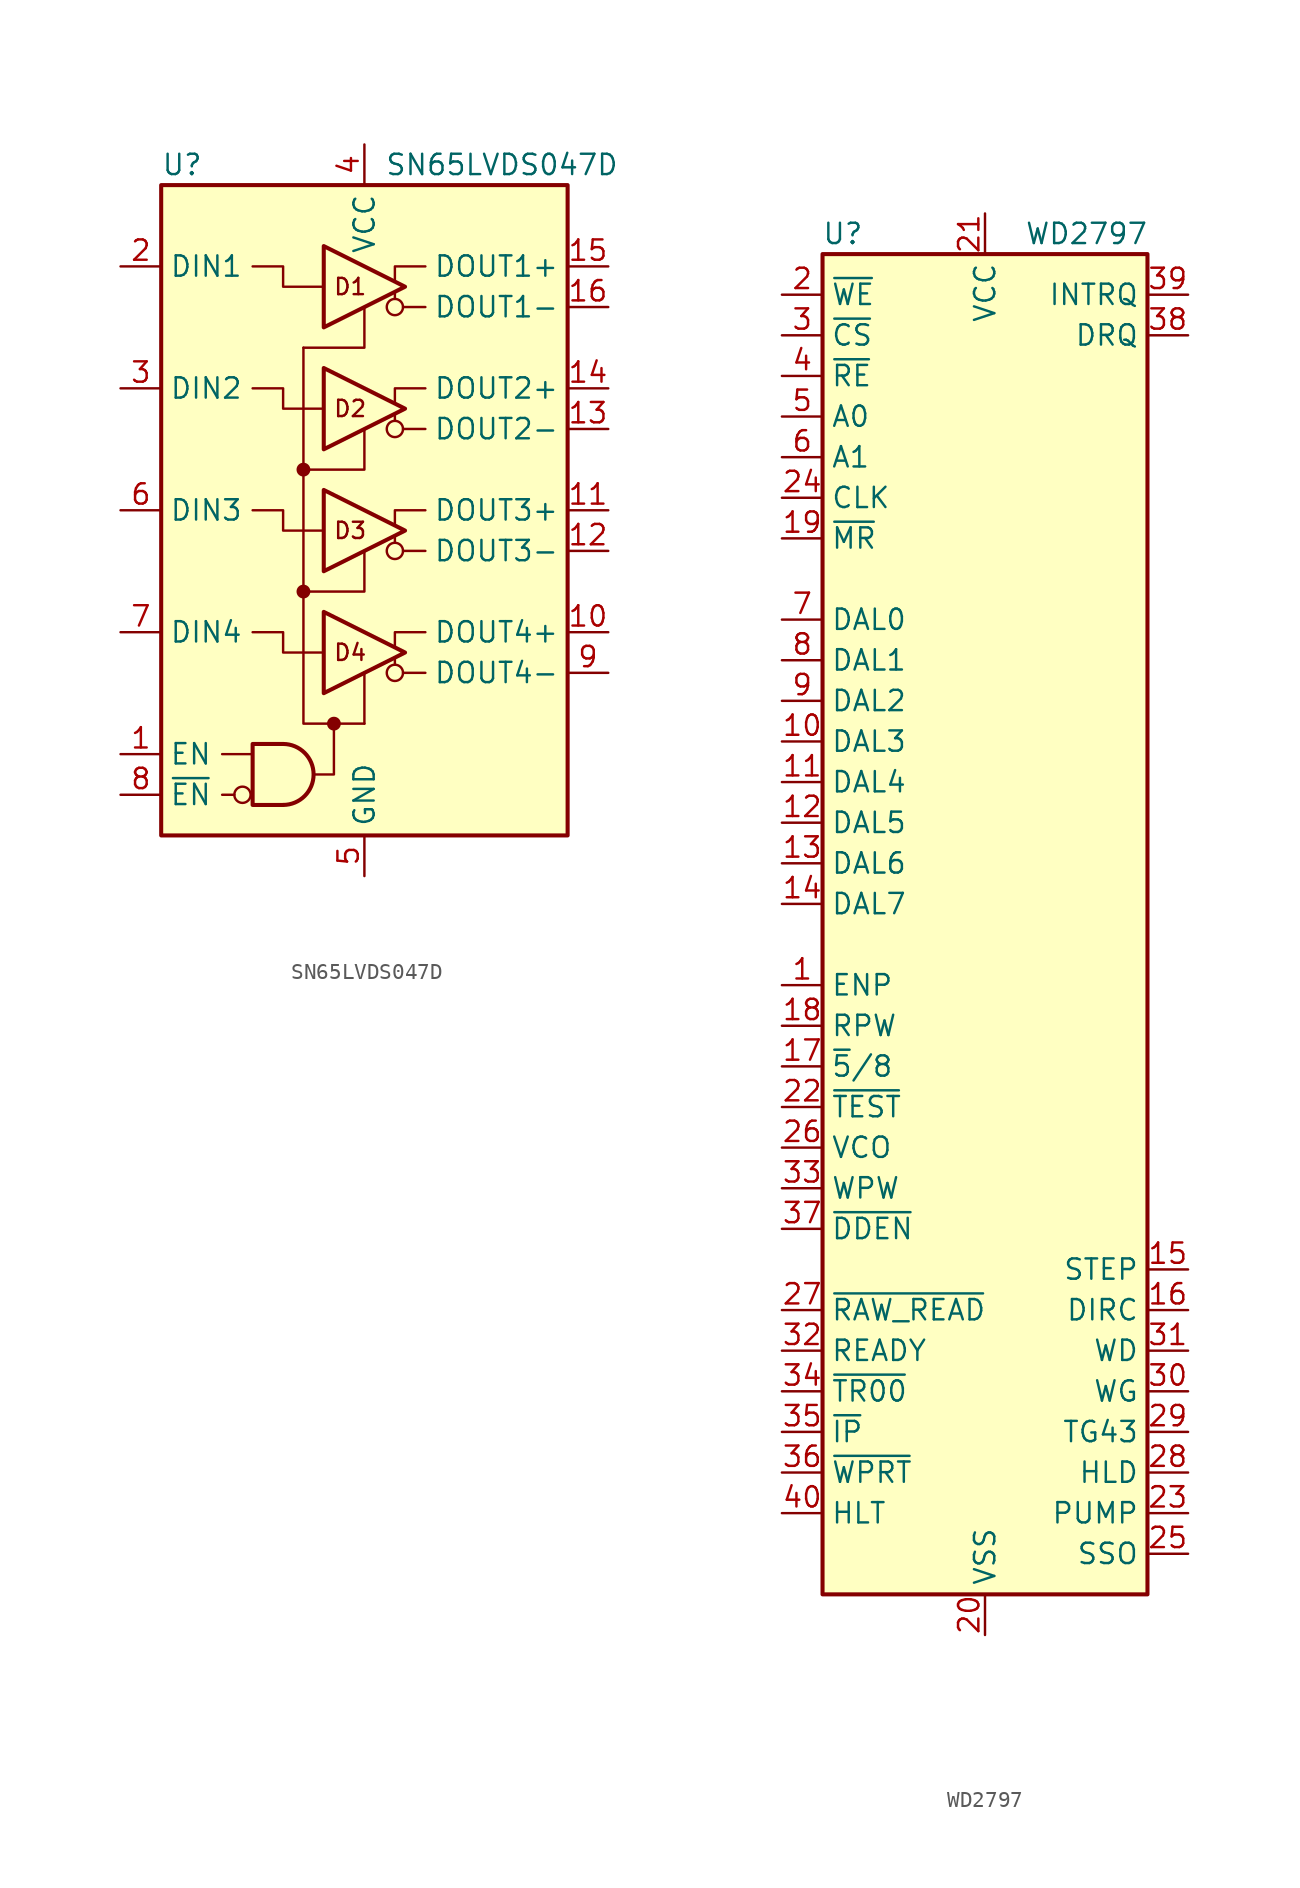
<source format=kicad_sym>
(kicad_symbol_lib
  (version 20201005)
  (generator kicad_symbol_editor)
  (symbol "SN65LVDS047D"
    (property "Reference" "U"
      (at -12.7 21.59 0)
      (effects (font (size 1.27 1.27)) (justify left)))
    (property "Value" "SN65LVDS047D"
      (at 1.27 21.59 0)
      (effects (font (size 1.27 1.27)) (justify left)))
    (symbol "SN65LVDS047D_0_1"
      (polyline (pts (xy 1.905 -9.652) (xy 1.905 -9.271)) (stroke (width 0)) (fill (type none)))
      (polyline (pts (xy 1.905 -2.032) (xy 1.905 -1.651)) (stroke (width 0)) (fill (type none)))
      (polyline (pts (xy 1.905 5.588) (xy 1.905 5.969)) (stroke (width 0)) (fill (type none)))
      (polyline (pts (xy 1.905 13.208) (xy 1.905 13.589)) (stroke (width 0)) (fill (type none)))
      (polyline (pts (xy 0 12.7) (xy 0 10.16) (xy -3.81 10.16)) (stroke (width 0)) (fill (type none)))
      (polyline (pts (xy 3.81 0) (xy 1.905 0) (xy 1.905 -0.889)) (stroke (width 0)) (fill (type none)))
      (polyline (pts (xy -1.905 -13.335) (xy -1.905 -16.51) (xy -2.54 -16.51) (xy -3.175 -16.51)) (stroke (width 0)) (fill (type none)))
      (polyline (pts (xy 0 -13.335) (xy -2.54 -13.335) (xy -3.81 -13.335) (xy -3.81 10.16)) (stroke (width 0)) (fill (type none))))
    (symbol "SN65LVDS047D_1_0"
      (circle (center -7.62 -17.78) (radius 0.508) (stroke (width 0)) (fill (type none)))
      (circle (center 1.905 -10.16) (radius 0.508) (stroke (width 0)) (fill (type none)))
      (circle (center 1.905 -2.54) (radius 0.508) (stroke (width 0)) (fill (type none)))
      (circle (center 1.905 5.08) (radius 0.508) (stroke (width 0)) (fill (type none)))
      (circle (center 1.905 12.7) (radius 0.508) (stroke (width 0)) (fill (type none)))
      (circle (center -3.81 -5.08) (radius 0.356) (stroke (width 0)) (fill (type outline)))
      (circle (center -3.81 2.54) (radius 0.356) (stroke (width 0)) (fill (type outline)))
      (circle (center -1.905 -13.335) (radius 0.356) (stroke (width 0)) (fill (type outline)))
      (text "D1" (at -0.889 13.97 0) (effects (font (size 1.016 1.016))))
      (text "D2" (at -0.889 6.35 0) (effects (font (size 1.016 1.016))))
      (text "D3" (at -0.889 -1.27 0) (effects (font (size 1.016 1.016))))
      (text "D4" (at -0.889 -8.89 0) (effects (font (size 1.016 1.016))))
      (rectangle (start -12.7 20.32) (end 12.7 -20.32) (stroke (width 0.254)) (fill (type background)))
      (polyline (pts (xy 0 -13.335) (xy 0 -10.16)) (stroke (width 0)) (fill (type none)))
      (polyline (pts (xy 3.81 -10.16) (xy 2.413 -10.16)) (stroke (width 0)) (fill (type none)))
      (polyline (pts (xy 3.81 -2.54) (xy 2.413 -2.54)) (stroke (width 0)) (fill (type none)))
      (polyline (pts (xy 3.81 5.08) (xy 2.413 5.08)) (stroke (width 0)) (fill (type none)))
      (polyline (pts (xy 3.81 12.7) (xy 2.413 12.7)) (stroke (width 0)) (fill (type none)))
      (polyline (pts (xy -3.81 -5.08) (xy 0 -5.08) (xy 0 -2.54)) (stroke (width 0)) (fill (type none)))
      (polyline (pts (xy -3.81 2.54) (xy 0 2.54) (xy 0 5.08)) (stroke (width 0)) (fill (type none)))
      (polyline (pts (xy 1.905 -8.509) (xy 1.905 -7.62) (xy 3.81 -7.62)) (stroke (width 0)) (fill (type none)))
      (polyline (pts (xy 1.905 6.731) (xy 1.905 7.62) (xy 3.81 7.62)) (stroke (width 0)) (fill (type none)))
      (polyline (pts (xy 1.905 14.351) (xy 1.905 15.24) (xy 3.81 15.24)) (stroke (width 0)) (fill (type none)))
      (polyline (pts (xy -2.54 -8.89) (xy -5.08 -8.89) (xy -5.08 -7.62) (xy -6.985 -7.62)) (stroke (width 0)) (fill (type none)))
      (polyline (pts (xy -2.54 -1.27) (xy -5.08 -1.27) (xy -5.08 0) (xy -6.985 0)) (stroke (width 0)) (fill (type none)))
      (polyline (pts (xy -2.54 6.35) (xy -5.08 6.35) (xy -5.08 7.62) (xy -6.985 7.62)) (stroke (width 0)) (fill (type none)))
      (polyline (pts (xy -2.54 13.97) (xy -5.08 13.97) (xy -5.08 15.24) (xy -6.985 15.24)) (stroke (width 0)) (fill (type none))))
    (symbol "SN65LVDS047D_1_1"
      (arc (start -5.08 -18.415) (end -5.08 -14.605) (radius (at -5.08 -16.51) (length 1.905) (angles -89.9 89.9)) (stroke (width 0.254)) (fill (type none)))
      (polyline (pts (xy -8.89 -17.78) (xy -8.128 -17.78)) (stroke (width 0)) (fill (type none)))
      (polyline (pts (xy -8.89 -15.24) (xy -6.985 -15.24)) (stroke (width 0)) (fill (type none)))
      (polyline (pts (xy -5.08 -14.605) (xy -6.985 -14.605) (xy -6.985 -18.415) (xy -5.08 -18.415)) (stroke (width 0.254)) (fill (type none)))
      (polyline (pts (xy -2.54 -6.35) (xy -2.54 -11.43) (xy 2.54 -8.89) (xy -2.54 -6.35)) (stroke (width 0.254)) (fill (type none)))
      (polyline (pts (xy -2.54 1.27) (xy -2.54 -3.81) (xy 2.54 -1.27) (xy -2.54 1.27)) (stroke (width 0.254)) (fill (type none)))
      (polyline (pts (xy -2.54 8.89) (xy -2.54 3.81) (xy 2.54 6.35) (xy -2.54 8.89)) (stroke (width 0.254)) (fill (type none)))
      (polyline (pts (xy -2.54 16.51) (xy -2.54 11.43) (xy 2.54 13.97) (xy -2.54 16.51)) (stroke (width 0.254)) (fill (type none)))
      (pin input line (at -15.24 -15.24 0) (length 2.54) (name "EN" (effects (font (size 1.27 1.27)))) (number "1" (effects (font (size 1.27 1.27)))))
      (pin output line (at 15.24 -7.62 180) (length 2.54) (name "DOUT4+" (effects (font (size 1.27 1.27)))) (number "10" (effects (font (size 1.27 1.27)))))
      (pin output line (at 15.24 0 180) (length 2.54) (name "DOUT3+" (effects (font (size 1.27 1.27)))) (number "11" (effects (font (size 1.27 1.27)))))
      (pin output line (at 15.24 -2.54 180) (length 2.54) (name "DOUT3-" (effects (font (size 1.27 1.27)))) (number "12" (effects (font (size 1.27 1.27)))))
      (pin output line (at 15.24 5.08 180) (length 2.54) (name "DOUT2-" (effects (font (size 1.27 1.27)))) (number "13" (effects (font (size 1.27 1.27)))))
      (pin output line (at 15.24 7.62 180) (length 2.54) (name "DOUT2+" (effects (font (size 1.27 1.27)))) (number "14" (effects (font (size 1.27 1.27)))))
      (pin output line (at 15.24 15.24 180) (length 2.54) (name "DOUT1+" (effects (font (size 1.27 1.27)))) (number "15" (effects (font (size 1.27 1.27)))))
      (pin output line (at 15.24 12.7 180) (length 2.54) (name "DOUT1-" (effects (font (size 1.27 1.27)))) (number "16" (effects (font (size 1.27 1.27)))))
      (pin input line (at -15.24 15.24 0) (length 2.54) (name "DIN1" (effects (font (size 1.27 1.27)))) (number "2" (effects (font (size 1.27 1.27)))))
      (pin input line (at -15.24 7.62 0) (length 2.54) (name "DIN2" (effects (font (size 1.27 1.27)))) (number "3" (effects (font (size 1.27 1.27)))))
      (pin power_in line (at 0 22.86 270) (length 2.54) (name "VCC" (effects (font (size 1.27 1.27)))) (number "4" (effects (font (size 1.27 1.27)))))
      (pin power_in line (at 0 -22.86 90) (length 2.54) (name "GND" (effects (font (size 1.27 1.27)))) (number "5" (effects (font (size 1.27 1.27)))))
      (pin input line (at -15.24 0 0) (length 2.54) (name "DIN3" (effects (font (size 1.27 1.27)))) (number "6" (effects (font (size 1.27 1.27)))))
      (pin input line (at -15.24 -7.62 0) (length 2.54) (name "DIN4" (effects (font (size 1.27 1.27)))) (number "7" (effects (font (size 1.27 1.27)))))
      (pin input line (at -15.24 -17.78 0) (length 2.54) (name "~EN" (effects (font (size 1.27 1.27)))) (number "8" (effects (font (size 1.27 1.27)))))
      (pin output line (at 15.24 -10.16 180) (length 2.54) (name "DOUT4-" (effects (font (size 1.27 1.27)))) (number "9" (effects (font (size 1.27 1.27)))))))
  (symbol "WD2797"
    (property "Reference" "U"
      (at -8.89 44.45 0)
      (effects (font (size 1.27 1.27))))
    (property "Value" "WD2797"
      (at 6.35 44.45 0)
      (effects (font (size 1.27 1.27))))
    (symbol "WD2797_0_1"
      (rectangle (start -10.16 43.18) (end 10.16 -40.64) (stroke (width 0.254)) (fill (type background))))
    (symbol "WD2797_1_1"
      (pin input line (at -12.7 -2.54 0) (length 2.54) (name "ENP" (effects (font (size 1.27 1.27)))) (number "1" (effects (font (size 1.27 1.27)))))
      (pin tri_state line (at -12.7 12.7 0) (length 2.54) (name "DAL3" (effects (font (size 1.27 1.27)))) (number "10" (effects (font (size 1.27 1.27)))))
      (pin tri_state line (at -12.7 10.16 0) (length 2.54) (name "DAL4" (effects (font (size 1.27 1.27)))) (number "11" (effects (font (size 1.27 1.27)))))
      (pin tri_state line (at -12.7 7.62 0) (length 2.54) (name "DAL5" (effects (font (size 1.27 1.27)))) (number "12" (effects (font (size 1.27 1.27)))))
      (pin tri_state line (at -12.7 5.08 0) (length 2.54) (name "DAL6" (effects (font (size 1.27 1.27)))) (number "13" (effects (font (size 1.27 1.27)))))
      (pin tri_state line (at -12.7 2.54 0) (length 2.54) (name "DAL7" (effects (font (size 1.27 1.27)))) (number "14" (effects (font (size 1.27 1.27)))))
      (pin output line (at 12.7 -20.32 180) (length 2.54) (name "STEP" (effects (font (size 1.27 1.27)))) (number "15" (effects (font (size 1.27 1.27)))))
      (pin output line (at 12.7 -22.86 180) (length 2.54) (name "DIRC" (effects (font (size 1.27 1.27)))) (number "16" (effects (font (size 1.27 1.27)))))
      (pin input line (at -12.7 -7.62 0) (length 2.54) (name "~5~/8" (effects (font (size 1.27 1.27)))) (number "17" (effects (font (size 1.27 1.27)))))
      (pin input line (at -12.7 -5.08 0) (length 2.54) (name "RPW" (effects (font (size 1.27 1.27)))) (number "18" (effects (font (size 1.27 1.27)))))
      (pin input line (at -12.7 25.4 0) (length 2.54) (name "~MR" (effects (font (size 1.27 1.27)))) (number "19" (effects (font (size 1.27 1.27)))))
      (pin input line (at -12.7 40.64 0) (length 2.54) (name "~WE" (effects (font (size 1.27 1.27)))) (number "2" (effects (font (size 1.27 1.27)))))
      (pin power_in line (at 0 -43.18 90) (length 2.54) (name "VSS" (effects (font (size 1.27 1.27)))) (number "20" (effects (font (size 1.27 1.27)))))
      (pin power_in line (at 0 45.72 270) (length 2.54) (name "VCC" (effects (font (size 1.27 1.27)))) (number "21" (effects (font (size 1.27 1.27)))))
      (pin input line (at -12.7 -10.16 0) (length 2.54) (name "~TEST" (effects (font (size 1.27 1.27)))) (number "22" (effects (font (size 1.27 1.27)))))
      (pin output line (at 12.7 -35.56 180) (length 2.54) (name "PUMP" (effects (font (size 1.27 1.27)))) (number "23" (effects (font (size 1.27 1.27)))))
      (pin input line (at -12.7 27.94 0) (length 2.54) (name "CLK" (effects (font (size 1.27 1.27)))) (number "24" (effects (font (size 1.27 1.27)))))
      (pin output line (at 12.7 -38.1 180) (length 2.54) (name "SSO" (effects (font (size 1.27 1.27)))) (number "25" (effects (font (size 1.27 1.27)))))
      (pin input line (at -12.7 -12.7 0) (length 2.54) (name "VCO" (effects (font (size 1.27 1.27)))) (number "26" (effects (font (size 1.27 1.27)))))
      (pin input line (at -12.7 -22.86 0) (length 2.54) (name "~RAW_READ" (effects (font (size 1.27 1.27)))) (number "27" (effects (font (size 1.27 1.27)))))
      (pin output line (at 12.7 -33.02 180) (length 2.54) (name "HLD" (effects (font (size 1.27 1.27)))) (number "28" (effects (font (size 1.27 1.27)))))
      (pin output line (at 12.7 -30.48 180) (length 2.54) (name "TG43" (effects (font (size 1.27 1.27)))) (number "29" (effects (font (size 1.27 1.27)))))
      (pin input line (at -12.7 38.1 0) (length 2.54) (name "~CS" (effects (font (size 1.27 1.27)))) (number "3" (effects (font (size 1.27 1.27)))))
      (pin output line (at 12.7 -27.94 180) (length 2.54) (name "WG" (effects (font (size 1.27 1.27)))) (number "30" (effects (font (size 1.27 1.27)))))
      (pin output line (at 12.7 -25.4 180) (length 2.54) (name "WD" (effects (font (size 1.27 1.27)))) (number "31" (effects (font (size 1.27 1.27)))))
      (pin input line (at -12.7 -25.4 0) (length 2.54) (name "READY" (effects (font (size 1.27 1.27)))) (number "32" (effects (font (size 1.27 1.27)))))
      (pin input line (at -12.7 -15.24 0) (length 2.54) (name "WPW" (effects (font (size 1.27 1.27)))) (number "33" (effects (font (size 1.27 1.27)))))
      (pin input line (at -12.7 -27.94 0) (length 2.54) (name "~TR00" (effects (font (size 1.27 1.27)))) (number "34" (effects (font (size 1.27 1.27)))))
      (pin input line (at -12.7 -30.48 0) (length 2.54) (name "~IP" (effects (font (size 1.27 1.27)))) (number "35" (effects (font (size 1.27 1.27)))))
      (pin input line (at -12.7 -33.02 0) (length 2.54) (name "~WPRT" (effects (font (size 1.27 1.27)))) (number "36" (effects (font (size 1.27 1.27)))))
      (pin input line (at -12.7 -17.78 0) (length 2.54) (name "~DDEN" (effects (font (size 1.27 1.27)))) (number "37" (effects (font (size 1.27 1.27)))))
      (pin output line (at 12.7 38.1 180) (length 2.54) (name "DRQ" (effects (font (size 1.27 1.27)))) (number "38" (effects (font (size 1.27 1.27)))))
      (pin output line (at 12.7 40.64 180) (length 2.54) (name "INTRQ" (effects (font (size 1.27 1.27)))) (number "39" (effects (font (size 1.27 1.27)))))
      (pin input line (at -12.7 35.56 0) (length 2.54) (name "~RE" (effects (font (size 1.27 1.27)))) (number "4" (effects (font (size 1.27 1.27)))))
      (pin input line (at -12.7 -35.56 0) (length 2.54) (name "HLT" (effects (font (size 1.27 1.27)))) (number "40" (effects (font (size 1.27 1.27)))))
      (pin input line (at -12.7 33.02 0) (length 2.54) (name "A0" (effects (font (size 1.27 1.27)))) (number "5" (effects (font (size 1.27 1.27)))))
      (pin input line (at -12.7 30.48 0) (length 2.54) (name "A1" (effects (font (size 1.27 1.27)))) (number "6" (effects (font (size 1.27 1.27)))))
      (pin tri_state line (at -12.7 20.32 0) (length 2.54) (name "DAL0" (effects (font (size 1.27 1.27)))) (number "7" (effects (font (size 1.27 1.27)))))
      (pin tri_state line (at -12.7 17.78 0) (length 2.54) (name "DAL1" (effects (font (size 1.27 1.27)))) (number "8" (effects (font (size 1.27 1.27)))))
      (pin tri_state line (at -12.7 15.24 0) (length 2.54) (name "DAL2" (effects (font (size 1.27 1.27)))) (number "9" (effects (font (size 1.27 1.27))))))))
</source>
